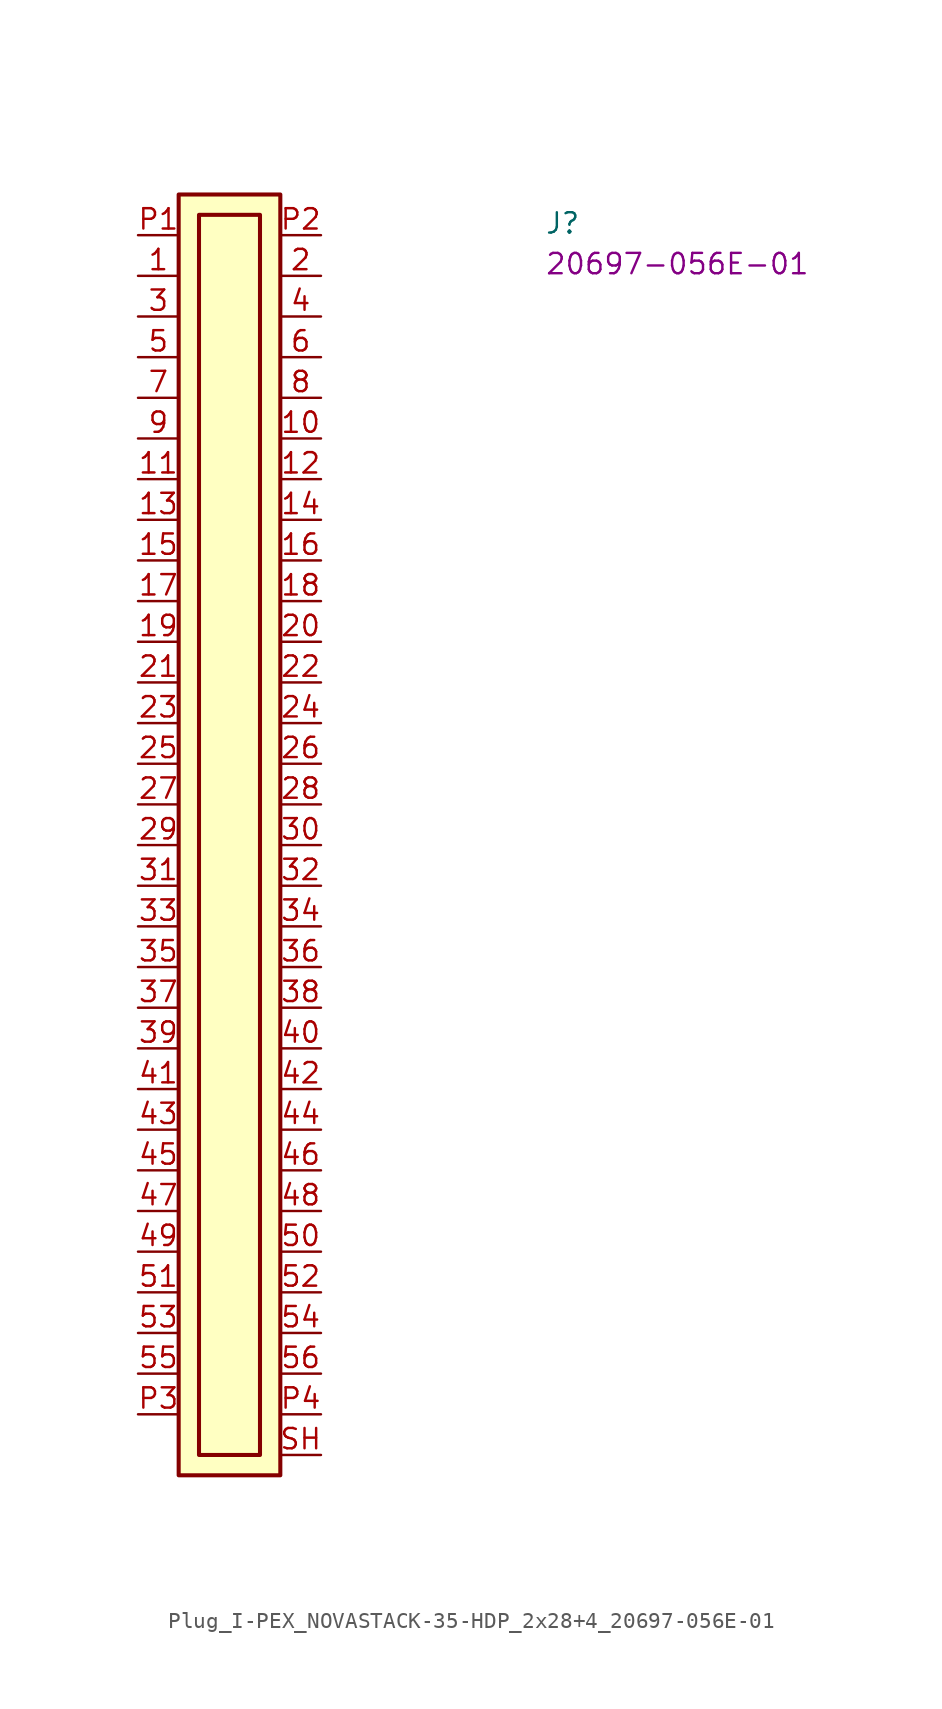
<source format=kicad_sym>
(kicad_symbol_lib
  (version 20220914)
  (generator kicad_symbol_editor)
  (symbol "Plug_I-PEX_NOVASTACK-35-HDP_2x28+4_20697-056E-01"
    (property "Reference" "J"
      (at 25.4 0 0)
      (effects (font (size 1.27 1.27) (thickness 0.15)) (justify left bottom)))
    (property "MPN" "20697-056E-01"
      (at 25.4 -2.54 0)
      (effects (font (size 1.27 1.27) (thickness 0.15)) (justify left bottom)))
    (symbol "Plug_I-PEX_NOVASTACK-35-HDP_2x28+4_20697-056E-01_1_1"
      (rectangle (start 2.54 2.54) (end 8.89 -77.47) (stroke (width 0.254) (type default)) (fill (type background)))
      (rectangle (start 3.81 1.27) (end 7.62 -76.2) (stroke (width 0.254) (type default)) (fill (type background)))
      (pin passive line (at 0 -2.54 0) (length 2.54) (name "~" (effects (font (size 1.27 1.27)))) (number "1" (effects (font (size 1.27 1.27)))))
      (pin passive line (at 11.43 -12.7 180) (length 2.54) (name "~" (effects (font (size 1.27 1.27)))) (number "10" (effects (font (size 1.27 1.27)))))
      (pin passive line (at 0 -15.24 0) (length 2.54) (name "~" (effects (font (size 1.27 1.27)))) (number "11" (effects (font (size 1.27 1.27)))))
      (pin passive line (at 11.43 -15.24 180) (length 2.54) (name "~" (effects (font (size 1.27 1.27)))) (number "12" (effects (font (size 1.27 1.27)))))
      (pin passive line (at 0 -17.78 0) (length 2.54) (name "~" (effects (font (size 1.27 1.27)))) (number "13" (effects (font (size 1.27 1.27)))))
      (pin passive line (at 11.43 -17.78 180) (length 2.54) (name "~" (effects (font (size 1.27 1.27)))) (number "14" (effects (font (size 1.27 1.27)))))
      (pin passive line (at 0 -20.32 0) (length 2.54) (name "~" (effects (font (size 1.27 1.27)))) (number "15" (effects (font (size 1.27 1.27)))))
      (pin passive line (at 11.43 -20.32 180) (length 2.54) (name "~" (effects (font (size 1.27 1.27)))) (number "16" (effects (font (size 1.27 1.27)))))
      (pin passive line (at 0 -22.86 0) (length 2.54) (name "~" (effects (font (size 1.27 1.27)))) (number "17" (effects (font (size 1.27 1.27)))))
      (pin passive line (at 11.43 -22.86 180) (length 2.54) (name "~" (effects (font (size 1.27 1.27)))) (number "18" (effects (font (size 1.27 1.27)))))
      (pin passive line (at 0 -25.4 0) (length 2.54) (name "~" (effects (font (size 1.27 1.27)))) (number "19" (effects (font (size 1.27 1.27)))))
      (pin passive line (at 11.43 -2.54 180) (length 2.54) (name "~" (effects (font (size 1.27 1.27)))) (number "2" (effects (font (size 1.27 1.27)))))
      (pin passive line (at 11.43 -25.4 180) (length 2.54) (name "~" (effects (font (size 1.27 1.27)))) (number "20" (effects (font (size 1.27 1.27)))))
      (pin passive line (at 0 -27.94 0) (length 2.54) (name "~" (effects (font (size 1.27 1.27)))) (number "21" (effects (font (size 1.27 1.27)))))
      (pin passive line (at 11.43 -27.94 180) (length 2.54) (name "~" (effects (font (size 1.27 1.27)))) (number "22" (effects (font (size 1.27 1.27)))))
      (pin passive line (at 0 -30.48 0) (length 2.54) (name "~" (effects (font (size 1.27 1.27)))) (number "23" (effects (font (size 1.27 1.27)))))
      (pin passive line (at 11.43 -30.48 180) (length 2.54) (name "~" (effects (font (size 1.27 1.27)))) (number "24" (effects (font (size 1.27 1.27)))))
      (pin passive line (at 0 -33.02 0) (length 2.54) (name "~" (effects (font (size 1.27 1.27)))) (number "25" (effects (font (size 1.27 1.27)))))
      (pin passive line (at 11.43 -33.02 180) (length 2.54) (name "~" (effects (font (size 1.27 1.27)))) (number "26" (effects (font (size 1.27 1.27)))))
      (pin passive line (at 0 -35.56 0) (length 2.54) (name "~" (effects (font (size 1.27 1.27)))) (number "27" (effects (font (size 1.27 1.27)))))
      (pin passive line (at 11.43 -35.56 180) (length 2.54) (name "~" (effects (font (size 1.27 1.27)))) (number "28" (effects (font (size 1.27 1.27)))))
      (pin passive line (at 0 -38.1 0) (length 2.54) (name "~" (effects (font (size 1.27 1.27)))) (number "29" (effects (font (size 1.27 1.27)))))
      (pin passive line (at 0 -5.08 0) (length 2.54) (name "~" (effects (font (size 1.27 1.27)))) (number "3" (effects (font (size 1.27 1.27)))))
      (pin passive line (at 11.43 -38.1 180) (length 2.54) (name "~" (effects (font (size 1.27 1.27)))) (number "30" (effects (font (size 1.27 1.27)))))
      (pin passive line (at 0 -40.64 0) (length 2.54) (name "~" (effects (font (size 1.27 1.27)))) (number "31" (effects (font (size 1.27 1.27)))))
      (pin passive line (at 11.43 -40.64 180) (length 2.54) (name "~" (effects (font (size 1.27 1.27)))) (number "32" (effects (font (size 1.27 1.27)))))
      (pin passive line (at 0 -43.18 0) (length 2.54) (name "~" (effects (font (size 1.27 1.27)))) (number "33" (effects (font (size 1.27 1.27)))))
      (pin passive line (at 11.43 -43.18 180) (length 2.54) (name "~" (effects (font (size 1.27 1.27)))) (number "34" (effects (font (size 1.27 1.27)))))
      (pin passive line (at 0 -45.72 0) (length 2.54) (name "~" (effects (font (size 1.27 1.27)))) (number "35" (effects (font (size 1.27 1.27)))))
      (pin passive line (at 11.43 -45.72 180) (length 2.54) (name "~" (effects (font (size 1.27 1.27)))) (number "36" (effects (font (size 1.27 1.27)))))
      (pin passive line (at 0 -48.26 0) (length 2.54) (name "~" (effects (font (size 1.27 1.27)))) (number "37" (effects (font (size 1.27 1.27)))))
      (pin passive line (at 11.43 -48.26 180) (length 2.54) (name "~" (effects (font (size 1.27 1.27)))) (number "38" (effects (font (size 1.27 1.27)))))
      (pin passive line (at 0 -50.8 0) (length 2.54) (name "~" (effects (font (size 1.27 1.27)))) (number "39" (effects (font (size 1.27 1.27)))))
      (pin passive line (at 11.43 -5.08 180) (length 2.54) (name "~" (effects (font (size 1.27 1.27)))) (number "4" (effects (font (size 1.27 1.27)))))
      (pin passive line (at 11.43 -50.8 180) (length 2.54) (name "~" (effects (font (size 1.27 1.27)))) (number "40" (effects (font (size 1.27 1.27)))))
      (pin passive line (at 0 -53.34 0) (length 2.54) (name "~" (effects (font (size 1.27 1.27)))) (number "41" (effects (font (size 1.27 1.27)))))
      (pin passive line (at 11.43 -53.34 180) (length 2.54) (name "~" (effects (font (size 1.27 1.27)))) (number "42" (effects (font (size 1.27 1.27)))))
      (pin passive line (at 0 -55.88 0) (length 2.54) (name "~" (effects (font (size 1.27 1.27)))) (number "43" (effects (font (size 1.27 1.27)))))
      (pin passive line (at 11.43 -55.88 180) (length 2.54) (name "~" (effects (font (size 1.27 1.27)))) (number "44" (effects (font (size 1.27 1.27)))))
      (pin passive line (at 0 -58.42 0) (length 2.54) (name "~" (effects (font (size 1.27 1.27)))) (number "45" (effects (font (size 1.27 1.27)))))
      (pin passive line (at 11.43 -58.42 180) (length 2.54) (name "~" (effects (font (size 1.27 1.27)))) (number "46" (effects (font (size 1.27 1.27)))))
      (pin passive line (at 0 -60.96 0) (length 2.54) (name "~" (effects (font (size 1.27 1.27)))) (number "47" (effects (font (size 1.27 1.27)))))
      (pin passive line (at 11.43 -60.96 180) (length 2.54) (name "~" (effects (font (size 1.27 1.27)))) (number "48" (effects (font (size 1.27 1.27)))))
      (pin passive line (at 0 -63.5 0) (length 2.54) (name "~" (effects (font (size 1.27 1.27)))) (number "49" (effects (font (size 1.27 1.27)))))
      (pin passive line (at 0 -7.62 0) (length 2.54) (name "~" (effects (font (size 1.27 1.27)))) (number "5" (effects (font (size 1.27 1.27)))))
      (pin passive line (at 11.43 -63.5 180) (length 2.54) (name "~" (effects (font (size 1.27 1.27)))) (number "50" (effects (font (size 1.27 1.27)))))
      (pin passive line (at 0 -66.04 0) (length 2.54) (name "~" (effects (font (size 1.27 1.27)))) (number "51" (effects (font (size 1.27 1.27)))))
      (pin passive line (at 11.43 -66.04 180) (length 2.54) (name "~" (effects (font (size 1.27 1.27)))) (number "52" (effects (font (size 1.27 1.27)))))
      (pin passive line (at 0 -68.58 0) (length 2.54) (name "~" (effects (font (size 1.27 1.27)))) (number "53" (effects (font (size 1.27 1.27)))))
      (pin passive line (at 11.43 -68.58 180) (length 2.54) (name "~" (effects (font (size 1.27 1.27)))) (number "54" (effects (font (size 1.27 1.27)))))
      (pin passive line (at 0 -71.12 0) (length 2.54) (name "~" (effects (font (size 1.27 1.27)))) (number "55" (effects (font (size 1.27 1.27)))))
      (pin passive line (at 11.43 -71.12 180) (length 2.54) (name "~" (effects (font (size 1.27 1.27)))) (number "56" (effects (font (size 1.27 1.27)))))
      (pin passive line (at 11.43 -7.62 180) (length 2.54) (name "~" (effects (font (size 1.27 1.27)))) (number "6" (effects (font (size 1.27 1.27)))))
      (pin passive line (at 0 -10.16 0) (length 2.54) (name "~" (effects (font (size 1.27 1.27)))) (number "7" (effects (font (size 1.27 1.27)))))
      (pin passive line (at 11.43 -10.16 180) (length 2.54) (name "~" (effects (font (size 1.27 1.27)))) (number "8" (effects (font (size 1.27 1.27)))))
      (pin passive line (at 0 -12.7 0) (length 2.54) (name "~" (effects (font (size 1.27 1.27)))) (number "9" (effects (font (size 1.27 1.27)))))
      (pin passive line (at 0 0 0) (length 2.54) (name "~" (effects (font (size 1.27 1.27)))) (number "P1" (effects (font (size 1.27 1.27)))))
      (pin passive line (at 11.43 0 180) (length 2.54) (name "~" (effects (font (size 1.27 1.27)))) (number "P2" (effects (font (size 1.27 1.27)))))
      (pin passive line (at 0 -73.66 0) (length 2.54) (name "~" (effects (font (size 1.27 1.27)))) (number "P3" (effects (font (size 1.27 1.27)))))
      (pin passive line (at 11.43 -73.66 180) (length 2.54) (name "~" (effects (font (size 1.27 1.27)))) (number "P4" (effects (font (size 1.27 1.27)))))
      (pin passive line (at 11.43 -76.2 180) (length 2.54) (name "~" (effects (font (size 1.27 1.27)))) (number "SH" (effects (font (size 1.27 1.27))))))))
</source>
